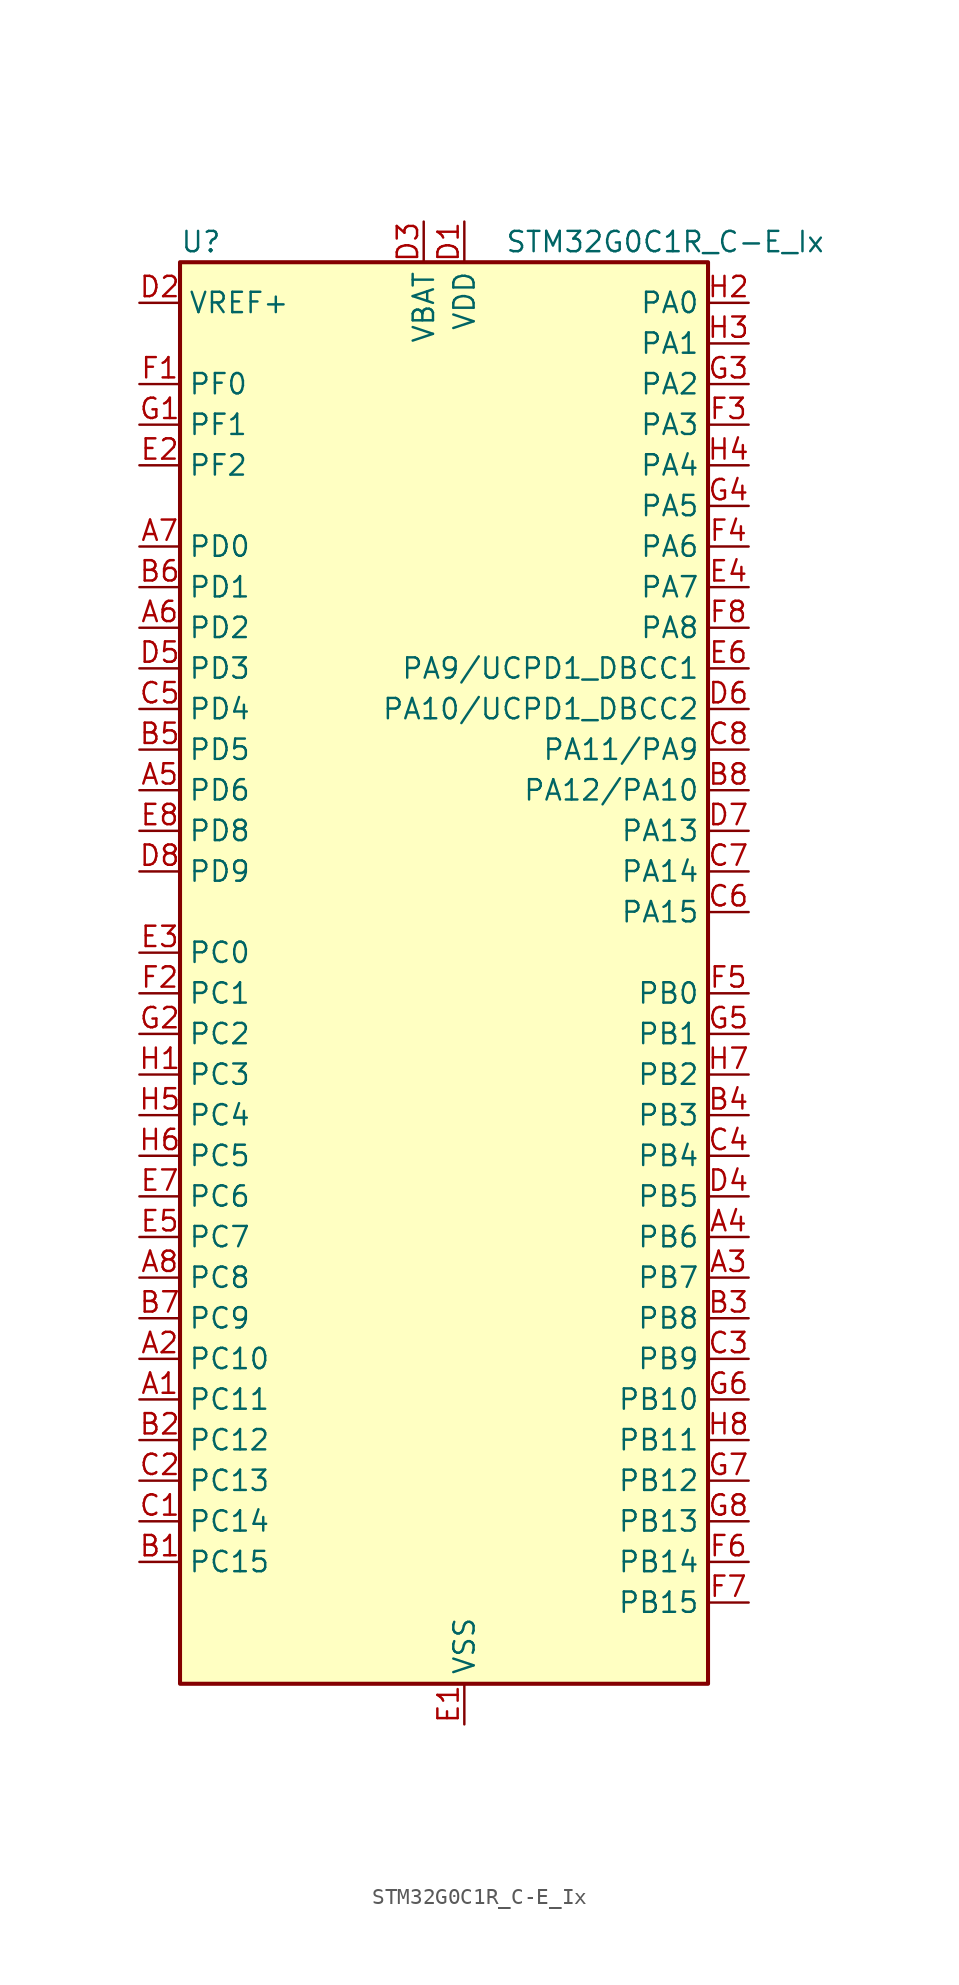
<source format=kicad_sym>
(kicad_symbol_lib
  (version 20211014)
  (generator kicad-library-utils)
  (symbol "STM32G0C1R_C-E_Ix"
    (property "Reference" "U"
      (at -15.24 46.99 0)
      (effects (font (size 1.27 1.27)) (justify left)))
    (property "Value" "STM32G0C1R_C-E_Ix"
      (at 5.08 46.99 0)
      (effects (font (size 1.27 1.27)) (justify left)))
    (property "ki_fp_filters" "*UFBGA*5x5mm*Layout8x8*P0.5mm*"
      (at 0.0 0.0 0.0)
      (effects (font (size 1.27 1.27))))
    (symbol "STM32G0C1R_C-E_Ix_0_1"
      (rectangle (start -15.24 -43.18) (end 17.78 45.72) (stroke (width 0.254)) (fill (type background))))
    (symbol "STM32G0C1R_C-E_Ix_1_1"
      (pin input line (at -17.78 43.18 0) (length 2.54) (name "VREF+" (effects (font (size 1.27 1.27)))) (number "D2" (effects (font (size 1.27 1.27)))) (alternate "VREFBUF_OUT" bidirectional line))
      (pin bidirectional line (at -17.78 38.1 0) (length 2.54) (name "PF0" (effects (font (size 1.27 1.27)))) (number "F1" (effects (font (size 1.27 1.27)))) (alternate "CRS1_SYNC" bidirectional line) (alternate "RCC_OSC_IN" bidirectional line) (alternate "TIM14_CH1" bidirectional line))
      (pin bidirectional line (at -17.78 35.56 0) (length 2.54) (name "PF1" (effects (font (size 1.27 1.27)))) (number "G1" (effects (font (size 1.27 1.27)))) (alternate "RCC_OSC_EN" bidirectional line) (alternate "RCC_OSC_OUT" bidirectional line) (alternate "TIM15_CH1N" bidirectional line))
      (pin bidirectional line (at -17.78 33.02 0) (length 2.54) (name "PF2" (effects (font (size 1.27 1.27)))) (number "E2" (effects (font (size 1.27 1.27)))) (alternate "LPUART2_DE" bidirectional line) (alternate "LPUART2_RTS" bidirectional line) (alternate "LPUART2_TX" bidirectional line) (alternate "RCC_MCO" bidirectional line))
      (pin bidirectional line (at -17.78 27.94 0) (length 2.54) (name "PD0" (effects (font (size 1.27 1.27)))) (number "A7" (effects (font (size 1.27 1.27)))) (alternate "FDCAN1_RX" bidirectional line) (alternate "I2S2_WS" bidirectional line) (alternate "SPI2_NSS" bidirectional line) (alternate "TIM16_CH1" bidirectional line) (alternate "UCPD2_CC1" bidirectional line))
      (pin bidirectional line (at -17.78 25.4 0) (length 2.54) (name "PD1" (effects (font (size 1.27 1.27)))) (number "B6" (effects (font (size 1.27 1.27)))) (alternate "FDCAN1_TX" bidirectional line) (alternate "I2S2_CK" bidirectional line) (alternate "SPI2_SCK" bidirectional line) (alternate "TIM17_CH1" bidirectional line) (alternate "UCPD2_DBCC1" bidirectional line))
      (pin bidirectional line (at -17.78 22.86 0) (length 2.54) (name "PD2" (effects (font (size 1.27 1.27)))) (number "A6" (effects (font (size 1.27 1.27)))) (alternate "TIM1_CH1N" bidirectional line) (alternate "TIM3_ETR" bidirectional line) (alternate "UCPD2_CC2" bidirectional line) (alternate "USART3_CK" bidirectional line) (alternate "USART3_DE" bidirectional line) (alternate "USART3_RTS" bidirectional line) (alternate "USART5_RX" bidirectional line))
      (pin bidirectional line (at -17.78 20.32 0) (length 2.54) (name "PD3" (effects (font (size 1.27 1.27)))) (number "D5" (effects (font (size 1.27 1.27)))) (alternate "I2S2_MCK" bidirectional line) (alternate "SPI2_MISO" bidirectional line) (alternate "TIM1_CH2N" bidirectional line) (alternate "UCPD2_DBCC2" bidirectional line) (alternate "USART2_CTS" bidirectional line) (alternate "USART2_NSS" bidirectional line) (alternate "USART5_TX" bidirectional line))
      (pin bidirectional line (at -17.78 17.78 0) (length 2.54) (name "PD4" (effects (font (size 1.27 1.27)))) (number "C5" (effects (font (size 1.27 1.27)))) (alternate "I2S2_SD" bidirectional line) (alternate "SPI2_MOSI" bidirectional line) (alternate "TIM1_CH3N" bidirectional line) (alternate "USART2_CK" bidirectional line) (alternate "USART2_DE" bidirectional line) (alternate "USART2_RTS" bidirectional line) (alternate "USART5_CK" bidirectional line) (alternate "USART5_DE" bidirectional line) (alternate "USART5_RTS" bidirectional line))
      (pin bidirectional line (at -17.78 15.24 0) (length 2.54) (name "PD5" (effects (font (size 1.27 1.27)))) (number "B5" (effects (font (size 1.27 1.27)))) (alternate "I2S1_MCK" bidirectional line) (alternate "SPI1_MISO" bidirectional line) (alternate "TIM1_BK" bidirectional line) (alternate "USART2_TX" bidirectional line) (alternate "USART5_CTS" bidirectional line) (alternate "USART5_NSS" bidirectional line))
      (pin bidirectional line (at -17.78 12.7 0) (length 2.54) (name "PD6" (effects (font (size 1.27 1.27)))) (number "A5" (effects (font (size 1.27 1.27)))) (alternate "I2S1_SD" bidirectional line) (alternate "LPTIM2_OUT" bidirectional line) (alternate "SPI1_MOSI" bidirectional line) (alternate "USART2_RX" bidirectional line))
      (pin bidirectional line (at -17.78 10.16 0) (length 2.54) (name "PD8" (effects (font (size 1.27 1.27)))) (number "E8" (effects (font (size 1.27 1.27)))) (alternate "I2S1_CK" bidirectional line) (alternate "LPTIM1_OUT" bidirectional line) (alternate "SPI1_SCK" bidirectional line) (alternate "USART3_TX" bidirectional line))
      (pin bidirectional line (at -17.78 7.62 0) (length 2.54) (name "PD9" (effects (font (size 1.27 1.27)))) (number "D8" (effects (font (size 1.27 1.27)))) (alternate "DAC1_EXTI9" bidirectional line) (alternate "I2S1_WS" bidirectional line) (alternate "SPI1_NSS" bidirectional line) (alternate "TIM1_BK2" bidirectional line) (alternate "USART3_RX" bidirectional line))
      (pin bidirectional line (at -17.78 2.54 0) (length 2.54) (name "PC0" (effects (font (size 1.27 1.27)))) (number "E3" (effects (font (size 1.27 1.27)))) (alternate "COMP3_INM" bidirectional line) (alternate "COMP3_OUT" bidirectional line) (alternate "I2C3_SCL" bidirectional line) (alternate "LPTIM1_IN1" bidirectional line) (alternate "LPTIM2_IN1" bidirectional line) (alternate "LPUART1_RX" bidirectional line) (alternate "LPUART2_TX" bidirectional line) (alternate "USART6_TX" bidirectional line))
      (pin bidirectional line (at -17.78 0.0 0) (length 2.54) (name "PC1" (effects (font (size 1.27 1.27)))) (number "F2" (effects (font (size 1.27 1.27)))) (alternate "COMP3_INP" bidirectional line) (alternate "I2C3_SDA" bidirectional line) (alternate "LPTIM1_OUT" bidirectional line) (alternate "LPUART1_TX" bidirectional line) (alternate "LPUART2_RX" bidirectional line) (alternate "TIM15_CH1" bidirectional line) (alternate "USART6_RX" bidirectional line))
      (pin bidirectional line (at -17.78 -2.54 0) (length 2.54) (name "PC2" (effects (font (size 1.27 1.27)))) (number "G2" (effects (font (size 1.27 1.27)))) (alternate "COMP3_OUT" bidirectional line) (alternate "FDCAN2_RX" bidirectional line) (alternate "I2S2_MCK" bidirectional line) (alternate "LPTIM1_IN2" bidirectional line) (alternate "SPI2_MISO" bidirectional line) (alternate "TIM15_CH2" bidirectional line))
      (pin bidirectional line (at -17.78 -5.08 0) (length 2.54) (name "PC3" (effects (font (size 1.27 1.27)))) (number "H1" (effects (font (size 1.27 1.27)))) (alternate "FDCAN2_TX" bidirectional line) (alternate "I2S2_SD" bidirectional line) (alternate "LPTIM1_ETR" bidirectional line) (alternate "LPTIM2_ETR" bidirectional line) (alternate "SPI2_MOSI" bidirectional line))
      (pin bidirectional line (at -17.78 -7.62 0) (length 2.54) (name "PC4" (effects (font (size 1.27 1.27)))) (number "H5" (effects (font (size 1.27 1.27)))) (alternate "ADC1_IN17" bidirectional line) (alternate "COMP1_INM" bidirectional line) (alternate "FDCAN1_RX" bidirectional line) (alternate "TIM2_CH1" bidirectional line) (alternate "TIM2_ETR" bidirectional line) (alternate "USART1_TX" bidirectional line) (alternate "USART3_TX" bidirectional line))
      (pin bidirectional line (at -17.78 -10.16 0) (length 2.54) (name "PC5" (effects (font (size 1.27 1.27)))) (number "H6" (effects (font (size 1.27 1.27)))) (alternate "ADC1_IN18" bidirectional line) (alternate "COMP1_INP" bidirectional line) (alternate "FDCAN1_TX" bidirectional line) (alternate "SYS_WKUP5" bidirectional line) (alternate "TIM2_CH2" bidirectional line) (alternate "USART1_RX" bidirectional line) (alternate "USART3_RX" bidirectional line))
      (pin bidirectional line (at -17.78 -12.7 0) (length 2.54) (name "PC6" (effects (font (size 1.27 1.27)))) (number "E7" (effects (font (size 1.27 1.27)))) (alternate "LPUART2_TX" bidirectional line) (alternate "TIM2_CH3" bidirectional line) (alternate "TIM3_CH1" bidirectional line) (alternate "UCPD1_FRSTX1" bidirectional line) (alternate "UCPD1_FRSTX2" bidirectional line))
      (pin bidirectional line (at -17.78 -15.24 0) (length 2.54) (name "PC7" (effects (font (size 1.27 1.27)))) (number "E5" (effects (font (size 1.27 1.27)))) (alternate "LPUART2_RX" bidirectional line) (alternate "TIM2_CH4" bidirectional line) (alternate "TIM3_CH2" bidirectional line) (alternate "UCPD2_FRSTX1" bidirectional line) (alternate "UCPD2_FRSTX2" bidirectional line))
      (pin bidirectional line (at -17.78 -17.78 0) (length 2.54) (name "PC8" (effects (font (size 1.27 1.27)))) (number "A8" (effects (font (size 1.27 1.27)))) (alternate "LPUART2_CTS" bidirectional line) (alternate "TIM1_CH1" bidirectional line) (alternate "TIM3_CH3" bidirectional line) (alternate "UCPD2_FRSTX1" bidirectional line) (alternate "UCPD2_FRSTX2" bidirectional line))
      (pin bidirectional line (at -17.78 -20.32 0) (length 2.54) (name "PC9" (effects (font (size 1.27 1.27)))) (number "B7" (effects (font (size 1.27 1.27)))) (alternate "DAC1_EXTI9" bidirectional line) (alternate "I2S_CKIN" bidirectional line) (alternate "LPUART2_DE" bidirectional line) (alternate "LPUART2_RTS" bidirectional line) (alternate "TIM1_CH2" bidirectional line) (alternate "TIM3_CH4" bidirectional line) (alternate "USB_NOE" bidirectional line))
      (pin bidirectional line (at -17.78 -22.86 0) (length 2.54) (name "PC10" (effects (font (size 1.27 1.27)))) (number "A2" (effects (font (size 1.27 1.27)))) (alternate "SPI3_SCK" bidirectional line) (alternate "TIM1_CH3" bidirectional line) (alternate "USART3_TX" bidirectional line) (alternate "USART4_TX" bidirectional line))
      (pin bidirectional line (at -17.78 -25.4 0) (length 2.54) (name "PC11" (effects (font (size 1.27 1.27)))) (number "A1" (effects (font (size 1.27 1.27)))) (alternate "ADC1_EXTI11" bidirectional line) (alternate "SPI3_MISO" bidirectional line) (alternate "TIM1_CH4" bidirectional line) (alternate "USART3_RX" bidirectional line) (alternate "USART4_RX" bidirectional line))
      (pin bidirectional line (at -17.78 -27.94 0) (length 2.54) (name "PC12" (effects (font (size 1.27 1.27)))) (number "B2" (effects (font (size 1.27 1.27)))) (alternate "LPTIM1_IN1" bidirectional line) (alternate "SPI3_MOSI" bidirectional line) (alternate "TIM14_CH1" bidirectional line) (alternate "UCPD1_FRSTX1" bidirectional line) (alternate "UCPD1_FRSTX2" bidirectional line) (alternate "USART5_TX" bidirectional line))
      (pin bidirectional line (at -17.78 -30.48 0) (length 2.54) (name "PC13" (effects (font (size 1.27 1.27)))) (number "C2" (effects (font (size 1.27 1.27)))) (alternate "RTC_OUT1" bidirectional line) (alternate "RTC_TAMP_IN1" bidirectional line) (alternate "RTC_TS" bidirectional line) (alternate "SYS_WKUP2" bidirectional line) (alternate "TIM1_BK" bidirectional line))
      (pin bidirectional line (at -17.78 -33.02 0) (length 2.54) (name "PC14" (effects (font (size 1.27 1.27)))) (number "C1" (effects (font (size 1.27 1.27)))) (alternate "RCC_OSC32_IN" bidirectional line) (alternate "TIM1_BK2" bidirectional line))
      (pin bidirectional line (at -17.78 -35.56 0) (length 2.54) (name "PC15" (effects (font (size 1.27 1.27)))) (number "B1" (effects (font (size 1.27 1.27)))) (alternate "RCC_OSC32_EN" bidirectional line) (alternate "RCC_OSC32_OUT" bidirectional line) (alternate "RCC_OSC_EN" bidirectional line) (alternate "TIM15_BK" bidirectional line))
      (pin bidirectional line (at 20.32 43.18 180) (length 2.54) (name "PA0" (effects (font (size 1.27 1.27)))) (number "H2" (effects (font (size 1.27 1.27)))) (alternate "ADC1_IN0" bidirectional line) (alternate "COMP1_INM" bidirectional line) (alternate "COMP1_OUT" bidirectional line) (alternate "I2S2_CK" bidirectional line) (alternate "LPTIM1_OUT" bidirectional line) (alternate "RTC_TAMP_IN2" bidirectional line) (alternate "SPI2_SCK" bidirectional line) (alternate "SYS_WKUP1" bidirectional line) (alternate "TIM2_CH1" bidirectional line) (alternate "TIM2_ETR" bidirectional line) (alternate "UCPD2_FRSTX1" bidirectional line) (alternate "UCPD2_FRSTX2" bidirectional line) (alternate "USART2_CTS" bidirectional line) (alternate "USART2_NSS" bidirectional line) (alternate "USART4_TX" bidirectional line))
      (pin bidirectional line (at 20.32 40.64 180) (length 2.54) (name "PA1" (effects (font (size 1.27 1.27)))) (number "H3" (effects (font (size 1.27 1.27)))) (alternate "ADC1_IN1" bidirectional line) (alternate "COMP1_INP" bidirectional line) (alternate "I2C1_SMBA" bidirectional line) (alternate "I2S1_CK" bidirectional line) (alternate "SPI1_SCK" bidirectional line) (alternate "TIM15_CH1N" bidirectional line) (alternate "TIM2_CH2" bidirectional line) (alternate "USART2_CK" bidirectional line) (alternate "USART2_DE" bidirectional line) (alternate "USART2_RTS" bidirectional line) (alternate "USART4_RX" bidirectional line))
      (pin bidirectional line (at 20.32 38.1 180) (length 2.54) (name "PA2" (effects (font (size 1.27 1.27)))) (number "G3" (effects (font (size 1.27 1.27)))) (alternate "ADC1_IN2" bidirectional line) (alternate "COMP2_INM" bidirectional line) (alternate "COMP2_OUT" bidirectional line) (alternate "I2S1_SD" bidirectional line) (alternate "LPUART1_TX" bidirectional line) (alternate "RCC_LSCO" bidirectional line) (alternate "SPI1_MOSI" bidirectional line) (alternate "SYS_WKUP4" bidirectional line) (alternate "TIM15_CH1" bidirectional line) (alternate "TIM2_CH3" bidirectional line) (alternate "UCPD1_FRSTX1" bidirectional line) (alternate "UCPD1_FRSTX2" bidirectional line) (alternate "USART2_TX" bidirectional line))
      (pin bidirectional line (at 20.32 35.56 180) (length 2.54) (name "PA3" (effects (font (size 1.27 1.27)))) (number "F3" (effects (font (size 1.27 1.27)))) (alternate "ADC1_IN3" bidirectional line) (alternate "COMP2_INP" bidirectional line) (alternate "I2S2_MCK" bidirectional line) (alternate "LPUART1_RX" bidirectional line) (alternate "SPI2_MISO" bidirectional line) (alternate "TIM15_CH2" bidirectional line) (alternate "TIM2_CH4" bidirectional line) (alternate "UCPD2_FRSTX1" bidirectional line) (alternate "UCPD2_FRSTX2" bidirectional line) (alternate "USART2_RX" bidirectional line))
      (pin bidirectional line (at 20.32 33.02 180) (length 2.54) (name "PA4" (effects (font (size 1.27 1.27)))) (number "H4" (effects (font (size 1.27 1.27)))) (alternate "ADC1_IN4" bidirectional line) (alternate "DAC1_OUT1" bidirectional line) (alternate "I2S1_WS" bidirectional line) (alternate "I2S2_SD" bidirectional line) (alternate "LPTIM2_OUT" bidirectional line) (alternate "RTC_OUT2" bidirectional line) (alternate "SPI1_NSS" bidirectional line) (alternate "SPI2_MOSI" bidirectional line) (alternate "SPI3_NSS" bidirectional line) (alternate "TIM14_CH1" bidirectional line) (alternate "UCPD2_FRSTX1" bidirectional line) (alternate "UCPD2_FRSTX2" bidirectional line) (alternate "USART6_TX" bidirectional line) (alternate "USB_NOE" bidirectional line))
      (pin bidirectional line (at 20.32 30.48 180) (length 2.54) (name "PA5" (effects (font (size 1.27 1.27)))) (number "G4" (effects (font (size 1.27 1.27)))) (alternate "ADC1_IN5" bidirectional line) (alternate "CEC" bidirectional line) (alternate "DAC1_OUT2" bidirectional line) (alternate "I2S1_CK" bidirectional line) (alternate "LPTIM2_ETR" bidirectional line) (alternate "SPI1_SCK" bidirectional line) (alternate "TIM2_CH1" bidirectional line) (alternate "TIM2_ETR" bidirectional line) (alternate "UCPD1_FRSTX1" bidirectional line) (alternate "UCPD1_FRSTX2" bidirectional line) (alternate "USART3_TX" bidirectional line) (alternate "USART6_RX" bidirectional line))
      (pin bidirectional line (at 20.32 27.94 180) (length 2.54) (name "PA6" (effects (font (size 1.27 1.27)))) (number "F4" (effects (font (size 1.27 1.27)))) (alternate "ADC1_IN6" bidirectional line) (alternate "COMP1_OUT" bidirectional line) (alternate "I2C2_SDA" bidirectional line) (alternate "I2C3_SDA" bidirectional line) (alternate "I2S1_MCK" bidirectional line) (alternate "LPUART1_CTS" bidirectional line) (alternate "SPI1_MISO" bidirectional line) (alternate "TIM16_CH1" bidirectional line) (alternate "TIM1_BK" bidirectional line) (alternate "TIM3_CH1" bidirectional line) (alternate "USART3_CTS" bidirectional line) (alternate "USART3_NSS" bidirectional line) (alternate "USART6_CTS" bidirectional line) (alternate "USART6_NSS" bidirectional line))
      (pin bidirectional line (at 20.32 25.4 180) (length 2.54) (name "PA7" (effects (font (size 1.27 1.27)))) (number "E4" (effects (font (size 1.27 1.27)))) (alternate "ADC1_IN7" bidirectional line) (alternate "COMP2_OUT" bidirectional line) (alternate "I2C2_SCL" bidirectional line) (alternate "I2C3_SCL" bidirectional line) (alternate "I2S1_SD" bidirectional line) (alternate "SPI1_MOSI" bidirectional line) (alternate "TIM14_CH1" bidirectional line) (alternate "TIM17_CH1" bidirectional line) (alternate "TIM1_CH1N" bidirectional line) (alternate "TIM3_CH2" bidirectional line) (alternate "UCPD1_FRSTX1" bidirectional line) (alternate "UCPD1_FRSTX2" bidirectional line) (alternate "USART6_CK" bidirectional line) (alternate "USART6_DE" bidirectional line) (alternate "USART6_RTS" bidirectional line))
      (pin bidirectional line (at 20.32 22.86 180) (length 2.54) (name "PA8" (effects (font (size 1.27 1.27)))) (number "F8" (effects (font (size 1.27 1.27)))) (alternate "CRS1_SYNC" bidirectional line) (alternate "I2C2_SMBA" bidirectional line) (alternate "I2S2_WS" bidirectional line) (alternate "LPTIM2_OUT" bidirectional line) (alternate "RCC_MCO" bidirectional line) (alternate "SPI2_NSS" bidirectional line) (alternate "TIM1_CH1" bidirectional line) (alternate "UCPD1_CC1" bidirectional line))
      (pin bidirectional line (at 20.32 20.32 180) (length 2.54) (name "PA9/UCPD1_DBCC1" (effects (font (size 1.27 1.27)))) (number "E6" (effects (font (size 1.27 1.27)))) (alternate "DAC1_EXTI9" bidirectional line) (alternate "I2C1_SCL" bidirectional line) (alternate "I2C2_SCL" bidirectional line) (alternate "I2S2_MCK" bidirectional line) (alternate "RCC_MCO" bidirectional line) (alternate "SPI2_MISO" bidirectional line) (alternate "TIM15_BK" bidirectional line) (alternate "TIM1_CH2" bidirectional line) (alternate "UCPD1_DBCC1" bidirectional line) (alternate "USART1_TX" bidirectional line))
      (pin bidirectional line (at 20.32 17.78 180) (length 2.54) (name "PA10/UCPD1_DBCC2" (effects (font (size 1.27 1.27)))) (number "D6" (effects (font (size 1.27 1.27)))) (alternate "I2C1_SDA" bidirectional line) (alternate "I2C2_SDA" bidirectional line) (alternate "I2S2_SD" bidirectional line) (alternate "RCC_MCO_2" bidirectional line) (alternate "SPI2_MOSI" bidirectional line) (alternate "TIM17_BK" bidirectional line) (alternate "TIM1_CH3" bidirectional line) (alternate "UCPD1_DBCC2" bidirectional line) (alternate "USART1_RX" bidirectional line))
      (pin bidirectional line (at 20.32 15.24 180) (length 2.54) (name "PA11/PA9" (effects (font (size 1.27 1.27)))) (number "C8" (effects (font (size 1.27 1.27)))) (alternate "ADC1_EXTI11" bidirectional line) (alternate "COMP1_OUT" bidirectional line) (alternate "FDCAN1_RX" bidirectional line) (alternate "I2C2_SCL" bidirectional line) (alternate "I2S1_MCK" bidirectional line) (alternate "SPI1_MISO" bidirectional line) (alternate "TIM1_BK2" bidirectional line) (alternate "TIM1_CH4" bidirectional line) (alternate "USART1_CTS" bidirectional line) (alternate "USART1_NSS" bidirectional line) (alternate "USB_DM" bidirectional line))
      (pin bidirectional line (at 20.32 12.7 180) (length 2.54) (name "PA12/PA10" (effects (font (size 1.27 1.27)))) (number "B8" (effects (font (size 1.27 1.27)))) (alternate "COMP2_OUT" bidirectional line) (alternate "FDCAN1_TX" bidirectional line) (alternate "I2C2_SDA" bidirectional line) (alternate "I2S1_SD" bidirectional line) (alternate "I2S_CKIN" bidirectional line) (alternate "SPI1_MOSI" bidirectional line) (alternate "TIM1_ETR" bidirectional line) (alternate "USART1_CK" bidirectional line) (alternate "USART1_DE" bidirectional line) (alternate "USART1_RTS" bidirectional line) (alternate "USB_DP" bidirectional line))
      (pin bidirectional line (at 20.32 10.16 180) (length 2.54) (name "PA13" (effects (font (size 1.27 1.27)))) (number "D7" (effects (font (size 1.27 1.27)))) (alternate "IR_OUT" bidirectional line) (alternate "LPUART2_RX" bidirectional line) (alternate "SYS_SWDIO" bidirectional line) (alternate "USB_NOE" bidirectional line))
      (pin bidirectional line (at 20.32 7.62 180) (length 2.54) (name "PA14" (effects (font (size 1.27 1.27)))) (number "C7" (effects (font (size 1.27 1.27)))) (alternate "LPUART2_TX" bidirectional line) (alternate "SYS_SWCLK" bidirectional line) (alternate "USART2_TX" bidirectional line))
      (pin bidirectional line (at 20.32 5.08 180) (length 2.54) (name "PA15" (effects (font (size 1.27 1.27)))) (number "C6" (effects (font (size 1.27 1.27)))) (alternate "I2C2_SMBA" bidirectional line) (alternate "I2S1_WS" bidirectional line) (alternate "RCC_MCO_2" bidirectional line) (alternate "SPI1_NSS" bidirectional line) (alternate "SPI3_NSS" bidirectional line) (alternate "TIM2_CH1" bidirectional line) (alternate "TIM2_ETR" bidirectional line) (alternate "USART2_RX" bidirectional line) (alternate "USART3_CK" bidirectional line) (alternate "USART3_DE" bidirectional line) (alternate "USART3_RTS" bidirectional line) (alternate "USART4_CK" bidirectional line) (alternate "USART4_DE" bidirectional line) (alternate "USART4_RTS" bidirectional line) (alternate "USB_NOE" bidirectional line))
      (pin bidirectional line (at 20.32 0.0 180) (length 2.54) (name "PB0" (effects (font (size 1.27 1.27)))) (number "F5" (effects (font (size 1.27 1.27)))) (alternate "ADC1_IN8" bidirectional line) (alternate "COMP1_OUT" bidirectional line) (alternate "COMP3_INP" bidirectional line) (alternate "FDCAN2_RX" bidirectional line) (alternate "I2S1_WS" bidirectional line) (alternate "LPTIM1_OUT" bidirectional line) (alternate "LPUART2_CTS" bidirectional line) (alternate "SPI1_NSS" bidirectional line) (alternate "TIM1_CH2N" bidirectional line) (alternate "TIM3_CH3" bidirectional line) (alternate "UCPD1_FRSTX1" bidirectional line) (alternate "UCPD1_FRSTX2" bidirectional line) (alternate "USART3_RX" bidirectional line) (alternate "USART5_TX" bidirectional line))
      (pin bidirectional line (at 20.32 -2.54 180) (length 2.54) (name "PB1" (effects (font (size 1.27 1.27)))) (number "G5" (effects (font (size 1.27 1.27)))) (alternate "ADC1_IN9" bidirectional line) (alternate "COMP1_INM" bidirectional line) (alternate "COMP3_OUT" bidirectional line) (alternate "FDCAN2_TX" bidirectional line) (alternate "LPTIM2_IN1" bidirectional line) (alternate "LPUART1_DE" bidirectional line) (alternate "LPUART1_RTS" bidirectional line) (alternate "LPUART2_DE" bidirectional line) (alternate "LPUART2_RTS" bidirectional line) (alternate "TIM14_CH1" bidirectional line) (alternate "TIM1_CH3N" bidirectional line) (alternate "TIM3_CH4" bidirectional line) (alternate "USART3_CK" bidirectional line) (alternate "USART3_DE" bidirectional line) (alternate "USART3_RTS" bidirectional line) (alternate "USART5_RX" bidirectional line))
      (pin bidirectional line (at 20.32 -5.08 180) (length 2.54) (name "PB2" (effects (font (size 1.27 1.27)))) (number "H7" (effects (font (size 1.27 1.27)))) (alternate "ADC1_IN10" bidirectional line) (alternate "COMP1_INP" bidirectional line) (alternate "COMP3_INM" bidirectional line) (alternate "I2S2_MCK" bidirectional line) (alternate "LPTIM1_OUT" bidirectional line) (alternate "RCC_MCO_2" bidirectional line) (alternate "SPI2_MISO" bidirectional line) (alternate "USART3_TX" bidirectional line))
      (pin bidirectional line (at 20.32 -7.62 180) (length 2.54) (name "PB3" (effects (font (size 1.27 1.27)))) (number "B4" (effects (font (size 1.27 1.27)))) (alternate "COMP2_INM" bidirectional line) (alternate "I2C2_SCL" bidirectional line) (alternate "I2C3_SCL" bidirectional line) (alternate "I2S1_CK" bidirectional line) (alternate "SPI1_SCK" bidirectional line) (alternate "SPI3_SCK" bidirectional line) (alternate "TIM1_CH2" bidirectional line) (alternate "TIM2_CH2" bidirectional line) (alternate "USART1_CK" bidirectional line) (alternate "USART1_DE" bidirectional line) (alternate "USART1_RTS" bidirectional line) (alternate "USART5_TX" bidirectional line))
      (pin bidirectional line (at 20.32 -10.16 180) (length 2.54) (name "PB4" (effects (font (size 1.27 1.27)))) (number "C4" (effects (font (size 1.27 1.27)))) (alternate "COMP2_INP" bidirectional line) (alternate "I2C2_SDA" bidirectional line) (alternate "I2C3_SDA" bidirectional line) (alternate "I2S1_MCK" bidirectional line) (alternate "SPI1_MISO" bidirectional line) (alternate "SPI3_MISO" bidirectional line) (alternate "TIM17_BK" bidirectional line) (alternate "TIM3_CH1" bidirectional line) (alternate "USART1_CTS" bidirectional line) (alternate "USART1_NSS" bidirectional line) (alternate "USART5_RX" bidirectional line))
      (pin bidirectional line (at 20.32 -12.7 180) (length 2.54) (name "PB5" (effects (font (size 1.27 1.27)))) (number "D4" (effects (font (size 1.27 1.27)))) (alternate "COMP2_OUT" bidirectional line) (alternate "FDCAN2_RX" bidirectional line) (alternate "I2C1_SMBA" bidirectional line) (alternate "I2S1_SD" bidirectional line) (alternate "LPTIM1_IN1" bidirectional line) (alternate "SPI1_MOSI" bidirectional line) (alternate "SPI3_MOSI" bidirectional line) (alternate "SYS_WKUP6" bidirectional line) (alternate "TIM16_BK" bidirectional line) (alternate "TIM3_CH2" bidirectional line) (alternate "USART5_CK" bidirectional line) (alternate "USART5_DE" bidirectional line) (alternate "USART5_RTS" bidirectional line))
      (pin bidirectional line (at 20.32 -15.24 180) (length 2.54) (name "PB6" (effects (font (size 1.27 1.27)))) (number "A4" (effects (font (size 1.27 1.27)))) (alternate "COMP2_INP" bidirectional line) (alternate "FDCAN2_TX" bidirectional line) (alternate "I2C1_SCL" bidirectional line) (alternate "I2S2_MCK" bidirectional line) (alternate "LPTIM1_ETR" bidirectional line) (alternate "LPUART2_TX" bidirectional line) (alternate "SPI2_MISO" bidirectional line) (alternate "TIM16_CH1N" bidirectional line) (alternate "TIM1_CH3" bidirectional line) (alternate "TIM4_CH1" bidirectional line) (alternate "USART1_TX" bidirectional line) (alternate "USART5_CTS" bidirectional line) (alternate "USART5_NSS" bidirectional line))
      (pin bidirectional line (at 20.32 -17.78 180) (length 2.54) (name "PB7" (effects (font (size 1.27 1.27)))) (number "A3" (effects (font (size 1.27 1.27)))) (alternate "COMP2_INM" bidirectional line) (alternate "I2C1_SDA" bidirectional line) (alternate "I2S2_SD" bidirectional line) (alternate "LPTIM1_IN2" bidirectional line) (alternate "LPUART2_RX" bidirectional line) (alternate "SPI2_MOSI" bidirectional line) (alternate "SYS_PVD_IN" bidirectional line) (alternate "TIM17_CH1N" bidirectional line) (alternate "TIM4_CH2" bidirectional line) (alternate "USART1_RX" bidirectional line) (alternate "USART4_CTS" bidirectional line) (alternate "USART4_NSS" bidirectional line))
      (pin bidirectional line (at 20.32 -20.32 180) (length 2.54) (name "PB8" (effects (font (size 1.27 1.27)))) (number "B3" (effects (font (size 1.27 1.27)))) (alternate "CEC" bidirectional line) (alternate "FDCAN1_RX" bidirectional line) (alternate "I2C1_SCL" bidirectional line) (alternate "I2S2_CK" bidirectional line) (alternate "SPI2_SCK" bidirectional line) (alternate "TIM15_BK" bidirectional line) (alternate "TIM16_CH1" bidirectional line) (alternate "TIM4_CH3" bidirectional line) (alternate "USART3_TX" bidirectional line) (alternate "USART6_TX" bidirectional line))
      (pin bidirectional line (at 20.32 -22.86 180) (length 2.54) (name "PB9" (effects (font (size 1.27 1.27)))) (number "C3" (effects (font (size 1.27 1.27)))) (alternate "DAC1_EXTI9" bidirectional line) (alternate "FDCAN1_TX" bidirectional line) (alternate "I2C1_SDA" bidirectional line) (alternate "I2S2_WS" bidirectional line) (alternate "IR_OUT" bidirectional line) (alternate "SPI2_NSS" bidirectional line) (alternate "TIM17_CH1" bidirectional line) (alternate "TIM4_CH4" bidirectional line) (alternate "UCPD2_FRSTX1" bidirectional line) (alternate "UCPD2_FRSTX2" bidirectional line) (alternate "USART3_RX" bidirectional line) (alternate "USART6_RX" bidirectional line))
      (pin bidirectional line (at 20.32 -25.4 180) (length 2.54) (name "PB10" (effects (font (size 1.27 1.27)))) (number "G6" (effects (font (size 1.27 1.27)))) (alternate "ADC1_IN11" bidirectional line) (alternate "CEC" bidirectional line) (alternate "COMP1_OUT" bidirectional line) (alternate "I2C2_SCL" bidirectional line) (alternate "I2S2_CK" bidirectional line) (alternate "LPUART1_RX" bidirectional line) (alternate "SPI2_SCK" bidirectional line) (alternate "TIM2_CH3" bidirectional line) (alternate "USART3_TX" bidirectional line))
      (pin bidirectional line (at 20.32 -27.94 180) (length 2.54) (name "PB11" (effects (font (size 1.27 1.27)))) (number "H8" (effects (font (size 1.27 1.27)))) (alternate "ADC1_EXTI11" bidirectional line) (alternate "ADC1_IN15" bidirectional line) (alternate "COMP2_OUT" bidirectional line) (alternate "I2C2_SDA" bidirectional line) (alternate "I2S2_SD" bidirectional line) (alternate "LPUART1_TX" bidirectional line) (alternate "SPI2_MOSI" bidirectional line) (alternate "TIM2_CH4" bidirectional line) (alternate "USART3_RX" bidirectional line))
      (pin bidirectional line (at 20.32 -30.48 180) (length 2.54) (name "PB12" (effects (font (size 1.27 1.27)))) (number "G7" (effects (font (size 1.27 1.27)))) (alternate "ADC1_IN16" bidirectional line) (alternate "FDCAN2_RX" bidirectional line) (alternate "I2C2_SMBA" bidirectional line) (alternate "I2S2_WS" bidirectional line) (alternate "LPUART1_DE" bidirectional line) (alternate "LPUART1_RTS" bidirectional line) (alternate "SPI2_NSS" bidirectional line) (alternate "TIM15_BK" bidirectional line) (alternate "TIM1_BK" bidirectional line) (alternate "UCPD2_FRSTX1" bidirectional line) (alternate "UCPD2_FRSTX2" bidirectional line))
      (pin bidirectional line (at 20.32 -33.02 180) (length 2.54) (name "PB13" (effects (font (size 1.27 1.27)))) (number "G8" (effects (font (size 1.27 1.27)))) (alternate "FDCAN2_TX" bidirectional line) (alternate "I2C2_SCL" bidirectional line) (alternate "I2S2_CK" bidirectional line) (alternate "LPUART1_CTS" bidirectional line) (alternate "SPI2_SCK" bidirectional line) (alternate "TIM15_CH1N" bidirectional line) (alternate "TIM1_CH1N" bidirectional line) (alternate "USART3_CTS" bidirectional line) (alternate "USART3_NSS" bidirectional line))
      (pin bidirectional line (at 20.32 -35.56 180) (length 2.54) (name "PB14" (effects (font (size 1.27 1.27)))) (number "F6" (effects (font (size 1.27 1.27)))) (alternate "I2C2_SDA" bidirectional line) (alternate "I2S2_MCK" bidirectional line) (alternate "SPI2_MISO" bidirectional line) (alternate "TIM15_CH1" bidirectional line) (alternate "TIM1_CH2N" bidirectional line) (alternate "UCPD1_FRSTX1" bidirectional line) (alternate "UCPD1_FRSTX2" bidirectional line) (alternate "USART3_CK" bidirectional line) (alternate "USART3_DE" bidirectional line) (alternate "USART3_RTS" bidirectional line) (alternate "USART6_CK" bidirectional line) (alternate "USART6_DE" bidirectional line) (alternate "USART6_RTS" bidirectional line))
      (pin bidirectional line (at 20.32 -38.1 180) (length 2.54) (name "PB15" (effects (font (size 1.27 1.27)))) (number "F7" (effects (font (size 1.27 1.27)))) (alternate "I2S2_SD" bidirectional line) (alternate "RTC_REFIN" bidirectional line) (alternate "SPI2_MOSI" bidirectional line) (alternate "TIM15_CH1N" bidirectional line) (alternate "TIM15_CH2" bidirectional line) (alternate "TIM1_CH3N" bidirectional line) (alternate "UCPD1_CC2" bidirectional line) (alternate "USART6_CTS" bidirectional line) (alternate "USART6_NSS" bidirectional line))
      (pin power_in line (at 0.0 48.26 270) (length 2.54) (name "VBAT" (effects (font (size 1.27 1.27)))) (number "D3" (effects (font (size 1.27 1.27)))))
      (pin power_in line (at 2.54 48.26 270) (length 2.54) (name "VDD" (effects (font (size 1.27 1.27)))) (number "D1" (effects (font (size 1.27 1.27)))))
      (pin power_in line (at 2.54 -45.72 90) (length 2.54) (name "VSS" (effects (font (size 1.27 1.27)))) (number "E1" (effects (font (size 1.27 1.27))))))))
</source>
